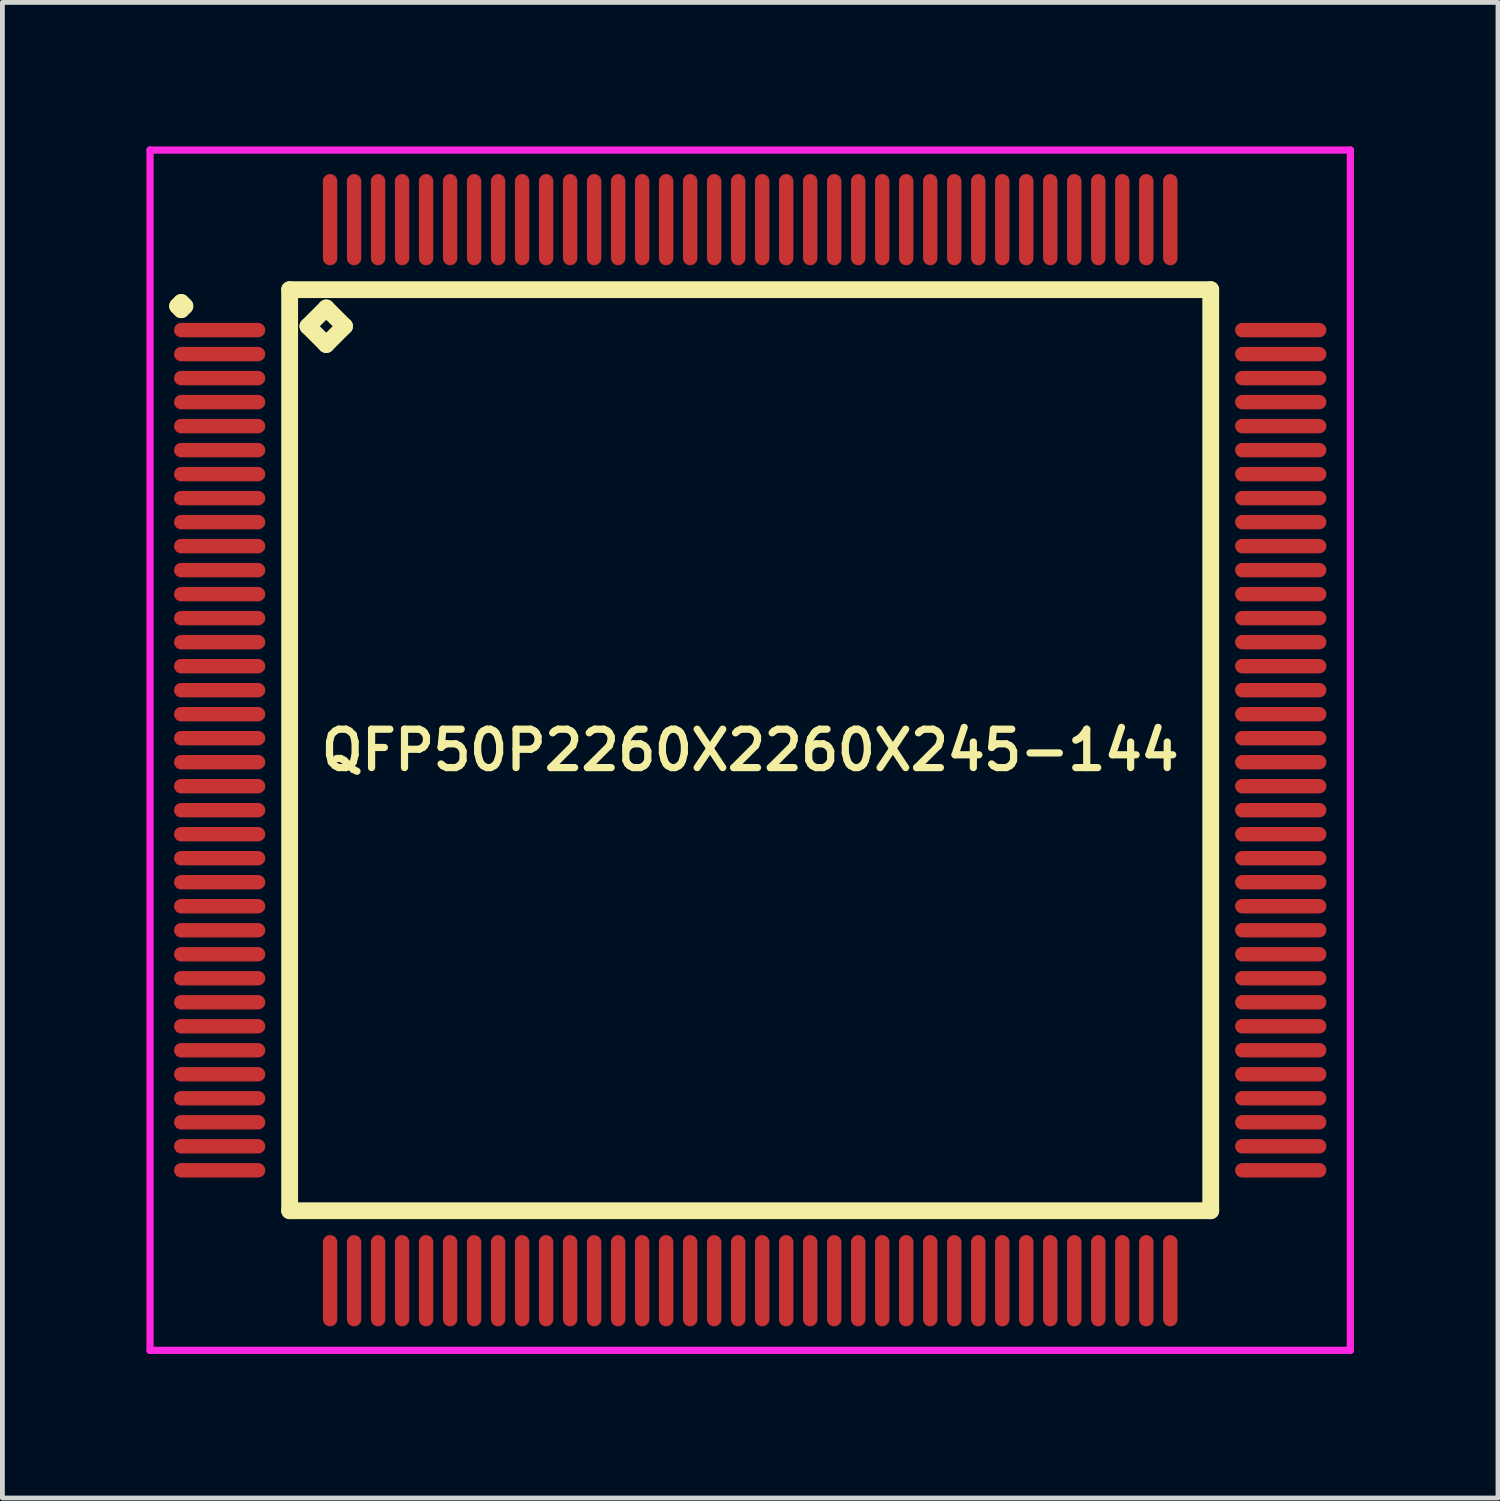
<source format=kicad_pcb>
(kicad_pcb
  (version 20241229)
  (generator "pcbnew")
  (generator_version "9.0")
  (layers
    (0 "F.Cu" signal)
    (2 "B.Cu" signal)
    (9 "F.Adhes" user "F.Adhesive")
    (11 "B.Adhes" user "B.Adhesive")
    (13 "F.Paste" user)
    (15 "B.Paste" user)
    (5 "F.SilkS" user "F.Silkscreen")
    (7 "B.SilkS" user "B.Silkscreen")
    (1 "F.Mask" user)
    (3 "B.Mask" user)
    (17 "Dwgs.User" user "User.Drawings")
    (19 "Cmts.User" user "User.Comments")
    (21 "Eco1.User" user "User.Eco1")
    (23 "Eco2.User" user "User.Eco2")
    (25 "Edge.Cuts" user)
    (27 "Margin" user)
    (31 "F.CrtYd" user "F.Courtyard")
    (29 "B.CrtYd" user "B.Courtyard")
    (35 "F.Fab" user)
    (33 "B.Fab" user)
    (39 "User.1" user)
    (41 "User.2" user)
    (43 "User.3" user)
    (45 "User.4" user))
  (footprint "QFP50P2260X2260X245-144"
    (layer "F.Cu")
    (at 12.575 12.575)
    (property "Reference" "QFP50P2260X2260X245-144" (at 0 0 0) (layer "F.SilkS") (effects (font (size 0.8 0.8) (thickness 0.15))))
    (attr smd)
    (fp_line (start -11.925 -9.25) (end -11.85 -9.325) (stroke (width 0.35) (type solid)) (layer "F.SilkS"))
    (fp_line (start -11.85 -9.325) (end -11.775 -9.25) (stroke (width 0.35) (type solid)) (layer "F.SilkS"))
    (fp_line (start -11.85 -9.175) (end -11.925 -9.25) (stroke (width 0.35) (type solid)) (layer "F.SilkS"))
    (fp_line (start -11.775 -9.25) (end -11.85 -9.175) (stroke (width 0.35) (type solid)) (layer "F.SilkS"))
    (fp_line (start -9.592 -9.592) (end -9.592 9.592) (stroke (width 0.35) (type solid)) (layer "F.SilkS"))
    (fp_line (start -9.592 9.592) (end 9.592 9.592) (stroke (width 0.35) (type solid)) (layer "F.SilkS"))
    (fp_line (start -9.211 -8.83) (end -8.83 -9.211) (stroke (width 0.35) (type solid)) (layer "F.SilkS"))
    (fp_line (start -8.83 -9.211) (end -8.449 -8.83) (stroke (width 0.35) (type solid)) (layer "F.SilkS"))
    (fp_line (start -8.83 -8.449) (end -9.211 -8.83) (stroke (width 0.35) (type solid)) (layer "F.SilkS"))
    (fp_line (start -8.449 -8.83) (end -8.83 -8.449) (stroke (width 0.35) (type solid)) (layer "F.SilkS"))
    (fp_line (start 9.592 -9.592) (end -9.592 -9.592) (stroke (width 0.35) (type solid)) (layer "F.SilkS"))
    (fp_line (start 9.592 9.592) (end 9.592 -9.592) (stroke (width 0.35) (type solid)) (layer "F.SilkS"))
    (fp_line (start -12.5 -12.5) (end 12.5 -12.5) (stroke (width 0.15) (type solid)) (layer "F.CrtYd"))
    (fp_line (start -12.5 12.5) (end -12.5 -12.5) (stroke (width 0.15) (type solid)) (layer "F.CrtYd"))
    (fp_line (start 12.5 -12.5) (end 12.5 12.5) (stroke (width 0.15) (type solid)) (layer "F.CrtYd"))
    (fp_line (start 12.5 12.5) (end -12.5 12.5) (stroke (width 0.15) (type solid)) (layer "F.CrtYd"))
    (pad "1" smd oval (at -11.05 -8.75) (size 1.9 0.3) (layers "F.Cu" "F.Mask" "F.Paste"))
    (pad "2" smd oval (at -11.05 -8.25) (size 1.9 0.3) (layers "F.Cu" "F.Mask" "F.Paste"))
    (pad "3" smd oval (at -11.05 -7.75) (size 1.9 0.3) (layers "F.Cu" "F.Mask" "F.Paste"))
    (pad "4" smd oval (at -11.05 -7.25) (size 1.9 0.3) (layers "F.Cu" "F.Mask" "F.Paste"))
    (pad "5" smd oval (at -11.05 -6.75) (size 1.9 0.3) (layers "F.Cu" "F.Mask" "F.Paste"))
    (pad "6" smd oval (at -11.05 -6.25) (size 1.9 0.3) (layers "F.Cu" "F.Mask" "F.Paste"))
    (pad "7" smd oval (at -11.05 -5.75) (size 1.9 0.3) (layers "F.Cu" "F.Mask" "F.Paste"))
    (pad "8" smd oval (at -11.05 -5.25) (size 1.9 0.3) (layers "F.Cu" "F.Mask" "F.Paste"))
    (pad "9" smd oval (at -11.05 -4.75) (size 1.9 0.3) (layers "F.Cu" "F.Mask" "F.Paste"))
    (pad "10" smd oval (at -11.05 -4.25) (size 1.9 0.3) (layers "F.Cu" "F.Mask" "F.Paste"))
    (pad "11" smd oval (at -11.05 -3.75) (size 1.9 0.3) (layers "F.Cu" "F.Mask" "F.Paste"))
    (pad "12" smd oval (at -11.05 -3.25) (size 1.9 0.3) (layers "F.Cu" "F.Mask" "F.Paste"))
    (pad "13" smd oval (at -11.05 -2.75) (size 1.9 0.3) (layers "F.Cu" "F.Mask" "F.Paste"))
    (pad "14" smd oval (at -11.05 -2.25) (size 1.9 0.3) (layers "F.Cu" "F.Mask" "F.Paste"))
    (pad "15" smd oval (at -11.05 -1.75) (size 1.9 0.3) (layers "F.Cu" "F.Mask" "F.Paste"))
    (pad "16" smd oval (at -11.05 -1.25) (size 1.9 0.3) (layers "F.Cu" "F.Mask" "F.Paste"))
    (pad "17" smd oval (at -11.05 -0.75) (size 1.9 0.3) (layers "F.Cu" "F.Mask" "F.Paste"))
    (pad "18" smd oval (at -11.05 -0.25) (size 1.9 0.3) (layers "F.Cu" "F.Mask" "F.Paste"))
    (pad "19" smd oval (at -11.05 0.25) (size 1.9 0.3) (layers "F.Cu" "F.Mask" "F.Paste"))
    (pad "20" smd oval (at -11.05 0.75) (size 1.9 0.3) (layers "F.Cu" "F.Mask" "F.Paste"))
    (pad "21" smd oval (at -11.05 1.25) (size 1.9 0.3) (layers "F.Cu" "F.Mask" "F.Paste"))
    (pad "22" smd oval (at -11.05 1.75) (size 1.9 0.3) (layers "F.Cu" "F.Mask" "F.Paste"))
    (pad "23" smd oval (at -11.05 2.25) (size 1.9 0.3) (layers "F.Cu" "F.Mask" "F.Paste"))
    (pad "24" smd oval (at -11.05 2.75) (size 1.9 0.3) (layers "F.Cu" "F.Mask" "F.Paste"))
    (pad "25" smd oval (at -11.05 3.25) (size 1.9 0.3) (layers "F.Cu" "F.Mask" "F.Paste"))
    (pad "26" smd oval (at -11.05 3.75) (size 1.9 0.3) (layers "F.Cu" "F.Mask" "F.Paste"))
    (pad "27" smd oval (at -11.05 4.25) (size 1.9 0.3) (layers "F.Cu" "F.Mask" "F.Paste"))
    (pad "28" smd oval (at -11.05 4.75) (size 1.9 0.3) (layers "F.Cu" "F.Mask" "F.Paste"))
    (pad "29" smd oval (at -11.05 5.25) (size 1.9 0.3) (layers "F.Cu" "F.Mask" "F.Paste"))
    (pad "30" smd oval (at -11.05 5.75) (size 1.9 0.3) (layers "F.Cu" "F.Mask" "F.Paste"))
    (pad "31" smd oval (at -11.05 6.25) (size 1.9 0.3) (layers "F.Cu" "F.Mask" "F.Paste"))
    (pad "32" smd oval (at -11.05 6.75) (size 1.9 0.3) (layers "F.Cu" "F.Mask" "F.Paste"))
    (pad "33" smd oval (at -11.05 7.25) (size 1.9 0.3) (layers "F.Cu" "F.Mask" "F.Paste"))
    (pad "34" smd oval (at -11.05 7.75) (size 1.9 0.3) (layers "F.Cu" "F.Mask" "F.Paste"))
    (pad "35" smd oval (at -11.05 8.25) (size 1.9 0.3) (layers "F.Cu" "F.Mask" "F.Paste"))
    (pad "36" smd oval (at -11.05 8.75) (size 1.9 0.3) (layers "F.Cu" "F.Mask" "F.Paste"))
    (pad "37" smd oval (at -8.75 11.05) (size 0.3 1.9) (layers "F.Cu" "F.Mask" "F.Paste"))
    (pad "38" smd oval (at -8.25 11.05) (size 0.3 1.9) (layers "F.Cu" "F.Mask" "F.Paste"))
    (pad "39" smd oval (at -7.75 11.05) (size 0.3 1.9) (layers "F.Cu" "F.Mask" "F.Paste"))
    (pad "40" smd oval (at -7.25 11.05) (size 0.3 1.9) (layers "F.Cu" "F.Mask" "F.Paste"))
    (pad "41" smd oval (at -6.75 11.05) (size 0.3 1.9) (layers "F.Cu" "F.Mask" "F.Paste"))
    (pad "42" smd oval (at -6.25 11.05) (size 0.3 1.9) (layers "F.Cu" "F.Mask" "F.Paste"))
    (pad "43" smd oval (at -5.75 11.05) (size 0.3 1.9) (layers "F.Cu" "F.Mask" "F.Paste"))
    (pad "44" smd oval (at -5.25 11.05) (size 0.3 1.9) (layers "F.Cu" "F.Mask" "F.Paste"))
    (pad "45" smd oval (at -4.75 11.05) (size 0.3 1.9) (layers "F.Cu" "F.Mask" "F.Paste"))
    (pad "46" smd oval (at -4.25 11.05) (size 0.3 1.9) (layers "F.Cu" "F.Mask" "F.Paste"))
    (pad "47" smd oval (at -3.75 11.05) (size 0.3 1.9) (layers "F.Cu" "F.Mask" "F.Paste"))
    (pad "48" smd oval (at -3.25 11.05) (size 0.3 1.9) (layers "F.Cu" "F.Mask" "F.Paste"))
    (pad "49" smd oval (at -2.75 11.05) (size 0.3 1.9) (layers "F.Cu" "F.Mask" "F.Paste"))
    (pad "50" smd oval (at -2.25 11.05) (size 0.3 1.9) (layers "F.Cu" "F.Mask" "F.Paste"))
    (pad "51" smd oval (at -1.75 11.05) (size 0.3 1.9) (layers "F.Cu" "F.Mask" "F.Paste"))
    (pad "52" smd oval (at -1.25 11.05) (size 0.3 1.9) (layers "F.Cu" "F.Mask" "F.Paste"))
    (pad "53" smd oval (at -0.75 11.05) (size 0.3 1.9) (layers "F.Cu" "F.Mask" "F.Paste"))
    (pad "54" smd oval (at -0.25 11.05) (size 0.3 1.9) (layers "F.Cu" "F.Mask" "F.Paste"))
    (pad "55" smd oval (at 0.25 11.05) (size 0.3 1.9) (layers "F.Cu" "F.Mask" "F.Paste"))
    (pad "56" smd oval (at 0.75 11.05) (size 0.3 1.9) (layers "F.Cu" "F.Mask" "F.Paste"))
    (pad "57" smd oval (at 1.25 11.05) (size 0.3 1.9) (layers "F.Cu" "F.Mask" "F.Paste"))
    (pad "58" smd oval (at 1.75 11.05) (size 0.3 1.9) (layers "F.Cu" "F.Mask" "F.Paste"))
    (pad "59" smd oval (at 2.25 11.05) (size 0.3 1.9) (layers "F.Cu" "F.Mask" "F.Paste"))
    (pad "60" smd oval (at 2.75 11.05) (size 0.3 1.9) (layers "F.Cu" "F.Mask" "F.Paste"))
    (pad "61" smd oval (at 3.25 11.05) (size 0.3 1.9) (layers "F.Cu" "F.Mask" "F.Paste"))
    (pad "62" smd oval (at 3.75 11.05) (size 0.3 1.9) (layers "F.Cu" "F.Mask" "F.Paste"))
    (pad "63" smd oval (at 4.25 11.05) (size 0.3 1.9) (layers "F.Cu" "F.Mask" "F.Paste"))
    (pad "64" smd oval (at 4.75 11.05) (size 0.3 1.9) (layers "F.Cu" "F.Mask" "F.Paste"))
    (pad "65" smd oval (at 5.25 11.05) (size 0.3 1.9) (layers "F.Cu" "F.Mask" "F.Paste"))
    (pad "66" smd oval (at 5.75 11.05) (size 0.3 1.9) (layers "F.Cu" "F.Mask" "F.Paste"))
    (pad "67" smd oval (at 6.25 11.05) (size 0.3 1.9) (layers "F.Cu" "F.Mask" "F.Paste"))
    (pad "68" smd oval (at 6.75 11.05) (size 0.3 1.9) (layers "F.Cu" "F.Mask" "F.Paste"))
    (pad "69" smd oval (at 7.25 11.05) (size 0.3 1.9) (layers "F.Cu" "F.Mask" "F.Paste"))
    (pad "70" smd oval (at 7.75 11.05) (size 0.3 1.9) (layers "F.Cu" "F.Mask" "F.Paste"))
    (pad "71" smd oval (at 8.25 11.05) (size 0.3 1.9) (layers "F.Cu" "F.Mask" "F.Paste"))
    (pad "72" smd oval (at 8.75 11.05) (size 0.3 1.9) (layers "F.Cu" "F.Mask" "F.Paste"))
    (pad "73" smd oval (at 11.05 8.75) (size 1.9 0.3) (layers "F.Cu" "F.Mask" "F.Paste"))
    (pad "74" smd oval (at 11.05 8.25) (size 1.9 0.3) (layers "F.Cu" "F.Mask" "F.Paste"))
    (pad "75" smd oval (at 11.05 7.75) (size 1.9 0.3) (layers "F.Cu" "F.Mask" "F.Paste"))
    (pad "76" smd oval (at 11.05 7.25) (size 1.9 0.3) (layers "F.Cu" "F.Mask" "F.Paste"))
    (pad "77" smd oval (at 11.05 6.75) (size 1.9 0.3) (layers "F.Cu" "F.Mask" "F.Paste"))
    (pad "78" smd oval (at 11.05 6.25) (size 1.9 0.3) (layers "F.Cu" "F.Mask" "F.Paste"))
    (pad "79" smd oval (at 11.05 5.75) (size 1.9 0.3) (layers "F.Cu" "F.Mask" "F.Paste"))
    (pad "80" smd oval (at 11.05 5.25) (size 1.9 0.3) (layers "F.Cu" "F.Mask" "F.Paste"))
    (pad "81" smd oval (at 11.05 4.75) (size 1.9 0.3) (layers "F.Cu" "F.Mask" "F.Paste"))
    (pad "82" smd oval (at 11.05 4.25) (size 1.9 0.3) (layers "F.Cu" "F.Mask" "F.Paste"))
    (pad "83" smd oval (at 11.05 3.75) (size 1.9 0.3) (layers "F.Cu" "F.Mask" "F.Paste"))
    (pad "84" smd oval (at 11.05 3.25) (size 1.9 0.3) (layers "F.Cu" "F.Mask" "F.Paste"))
    (pad "85" smd oval (at 11.05 2.75) (size 1.9 0.3) (layers "F.Cu" "F.Mask" "F.Paste"))
    (pad "86" smd oval (at 11.05 2.25) (size 1.9 0.3) (layers "F.Cu" "F.Mask" "F.Paste"))
    (pad "87" smd oval (at 11.05 1.75) (size 1.9 0.3) (layers "F.Cu" "F.Mask" "F.Paste"))
    (pad "88" smd oval (at 11.05 1.25) (size 1.9 0.3) (layers "F.Cu" "F.Mask" "F.Paste"))
    (pad "89" smd oval (at 11.05 0.75) (size 1.9 0.3) (layers "F.Cu" "F.Mask" "F.Paste"))
    (pad "90" smd oval (at 11.05 0.25) (size 1.9 0.3) (layers "F.Cu" "F.Mask" "F.Paste"))
    (pad "91" smd oval (at 11.05 -0.25) (size 1.9 0.3) (layers "F.Cu" "F.Mask" "F.Paste"))
    (pad "92" smd oval (at 11.05 -0.75) (size 1.9 0.3) (layers "F.Cu" "F.Mask" "F.Paste"))
    (pad "93" smd oval (at 11.05 -1.25) (size 1.9 0.3) (layers "F.Cu" "F.Mask" "F.Paste"))
    (pad "94" smd oval (at 11.05 -1.75) (size 1.9 0.3) (layers "F.Cu" "F.Mask" "F.Paste"))
    (pad "95" smd oval (at 11.05 -2.25) (size 1.9 0.3) (layers "F.Cu" "F.Mask" "F.Paste"))
    (pad "96" smd oval (at 11.05 -2.75) (size 1.9 0.3) (layers "F.Cu" "F.Mask" "F.Paste"))
    (pad "97" smd oval (at 11.05 -3.25) (size 1.9 0.3) (layers "F.Cu" "F.Mask" "F.Paste"))
    (pad "98" smd oval (at 11.05 -3.75) (size 1.9 0.3) (layers "F.Cu" "F.Mask" "F.Paste"))
    (pad "99" smd oval (at 11.05 -4.25) (size 1.9 0.3) (layers "F.Cu" "F.Mask" "F.Paste"))
    (pad "100" smd oval (at 11.05 -4.75) (size 1.9 0.3) (layers "F.Cu" "F.Mask" "F.Paste"))
    (pad "101" smd oval (at 11.05 -5.25) (size 1.9 0.3) (layers "F.Cu" "F.Mask" "F.Paste"))
    (pad "102" smd oval (at 11.05 -5.75) (size 1.9 0.3) (layers "F.Cu" "F.Mask" "F.Paste"))
    (pad "103" smd oval (at 11.05 -6.25) (size 1.9 0.3) (layers "F.Cu" "F.Mask" "F.Paste"))
    (pad "104" smd oval (at 11.05 -6.75) (size 1.9 0.3) (layers "F.Cu" "F.Mask" "F.Paste"))
    (pad "105" smd oval (at 11.05 -7.25) (size 1.9 0.3) (layers "F.Cu" "F.Mask" "F.Paste"))
    (pad "106" smd oval (at 11.05 -7.75) (size 1.9 0.3) (layers "F.Cu" "F.Mask" "F.Paste"))
    (pad "107" smd oval (at 11.05 -8.25) (size 1.9 0.3) (layers "F.Cu" "F.Mask" "F.Paste"))
    (pad "108" smd oval (at 11.05 -8.75) (size 1.9 0.3) (layers "F.Cu" "F.Mask" "F.Paste"))
    (pad "109" smd oval (at 8.75 -11.05) (size 0.3 1.9) (layers "F.Cu" "F.Mask" "F.Paste"))
    (pad "110" smd oval (at 8.25 -11.05) (size 0.3 1.9) (layers "F.Cu" "F.Mask" "F.Paste"))
    (pad "111" smd oval (at 7.75 -11.05) (size 0.3 1.9) (layers "F.Cu" "F.Mask" "F.Paste"))
    (pad "112" smd oval (at 7.25 -11.05) (size 0.3 1.9) (layers "F.Cu" "F.Mask" "F.Paste"))
    (pad "113" smd oval (at 6.75 -11.05) (size 0.3 1.9) (layers "F.Cu" "F.Mask" "F.Paste"))
    (pad "114" smd oval (at 6.25 -11.05) (size 0.3 1.9) (layers "F.Cu" "F.Mask" "F.Paste"))
    (pad "115" smd oval (at 5.75 -11.05) (size 0.3 1.9) (layers "F.Cu" "F.Mask" "F.Paste"))
    (pad "116" smd oval (at 5.25 -11.05) (size 0.3 1.9) (layers "F.Cu" "F.Mask" "F.Paste"))
    (pad "117" smd oval (at 4.75 -11.05) (size 0.3 1.9) (layers "F.Cu" "F.Mask" "F.Paste"))
    (pad "118" smd oval (at 4.25 -11.05) (size 0.3 1.9) (layers "F.Cu" "F.Mask" "F.Paste"))
    (pad "119" smd oval (at 3.75 -11.05) (size 0.3 1.9) (layers "F.Cu" "F.Mask" "F.Paste"))
    (pad "120" smd oval (at 3.25 -11.05) (size 0.3 1.9) (layers "F.Cu" "F.Mask" "F.Paste"))
    (pad "121" smd oval (at 2.75 -11.05) (size 0.3 1.9) (layers "F.Cu" "F.Mask" "F.Paste"))
    (pad "122" smd oval (at 2.25 -11.05) (size 0.3 1.9) (layers "F.Cu" "F.Mask" "F.Paste"))
    (pad "123" smd oval (at 1.75 -11.05) (size 0.3 1.9) (layers "F.Cu" "F.Mask" "F.Paste"))
    (pad "124" smd oval (at 1.25 -11.05) (size 0.3 1.9) (layers "F.Cu" "F.Mask" "F.Paste"))
    (pad "125" smd oval (at 0.75 -11.05) (size 0.3 1.9) (layers "F.Cu" "F.Mask" "F.Paste"))
    (pad "126" smd oval (at 0.25 -11.05) (size 0.3 1.9) (layers "F.Cu" "F.Mask" "F.Paste"))
    (pad "127" smd oval (at -0.25 -11.05) (size 0.3 1.9) (layers "F.Cu" "F.Mask" "F.Paste"))
    (pad "128" smd oval (at -0.75 -11.05) (size 0.3 1.9) (layers "F.Cu" "F.Mask" "F.Paste"))
    (pad "129" smd oval (at -1.25 -11.05) (size 0.3 1.9) (layers "F.Cu" "F.Mask" "F.Paste"))
    (pad "130" smd oval (at -1.75 -11.05) (size 0.3 1.9) (layers "F.Cu" "F.Mask" "F.Paste"))
    (pad "131" smd oval (at -2.25 -11.05) (size 0.3 1.9) (layers "F.Cu" "F.Mask" "F.Paste"))
    (pad "132" smd oval (at -2.75 -11.05) (size 0.3 1.9) (layers "F.Cu" "F.Mask" "F.Paste"))
    (pad "133" smd oval (at -3.25 -11.05) (size 0.3 1.9) (layers "F.Cu" "F.Mask" "F.Paste"))
    (pad "134" smd oval (at -3.75 -11.05) (size 0.3 1.9) (layers "F.Cu" "F.Mask" "F.Paste"))
    (pad "135" smd oval (at -4.25 -11.05) (size 0.3 1.9) (layers "F.Cu" "F.Mask" "F.Paste"))
    (pad "136" smd oval (at -4.75 -11.05) (size 0.3 1.9) (layers "F.Cu" "F.Mask" "F.Paste"))
    (pad "137" smd oval (at -5.25 -11.05) (size 0.3 1.9) (layers "F.Cu" "F.Mask" "F.Paste"))
    (pad "138" smd oval (at -5.75 -11.05) (size 0.3 1.9) (layers "F.Cu" "F.Mask" "F.Paste"))
    (pad "139" smd oval (at -6.25 -11.05) (size 0.3 1.9) (layers "F.Cu" "F.Mask" "F.Paste"))
    (pad "140" smd oval (at -6.75 -11.05) (size 0.3 1.9) (layers "F.Cu" "F.Mask" "F.Paste"))
    (pad "141" smd oval (at -7.25 -11.05) (size 0.3 1.9) (layers "F.Cu" "F.Mask" "F.Paste"))
    (pad "142" smd oval (at -7.75 -11.05) (size 0.3 1.9) (layers "F.Cu" "F.Mask" "F.Paste"))
    (pad "143" smd oval (at -8.25 -11.05) (size 0.3 1.9) (layers "F.Cu" "F.Mask" "F.Paste"))
    (pad "144" smd oval (at -8.75 -11.05) (size 0.3 1.9) (layers "F.Cu" "F.Mask" "F.Paste")))
  (gr_rect
    (start -3 -3)
    (end 28.15 28.15)
    (stroke (width 0.1) (type default))
    (fill no)
    (layer "Edge.Cuts")))
</source>
